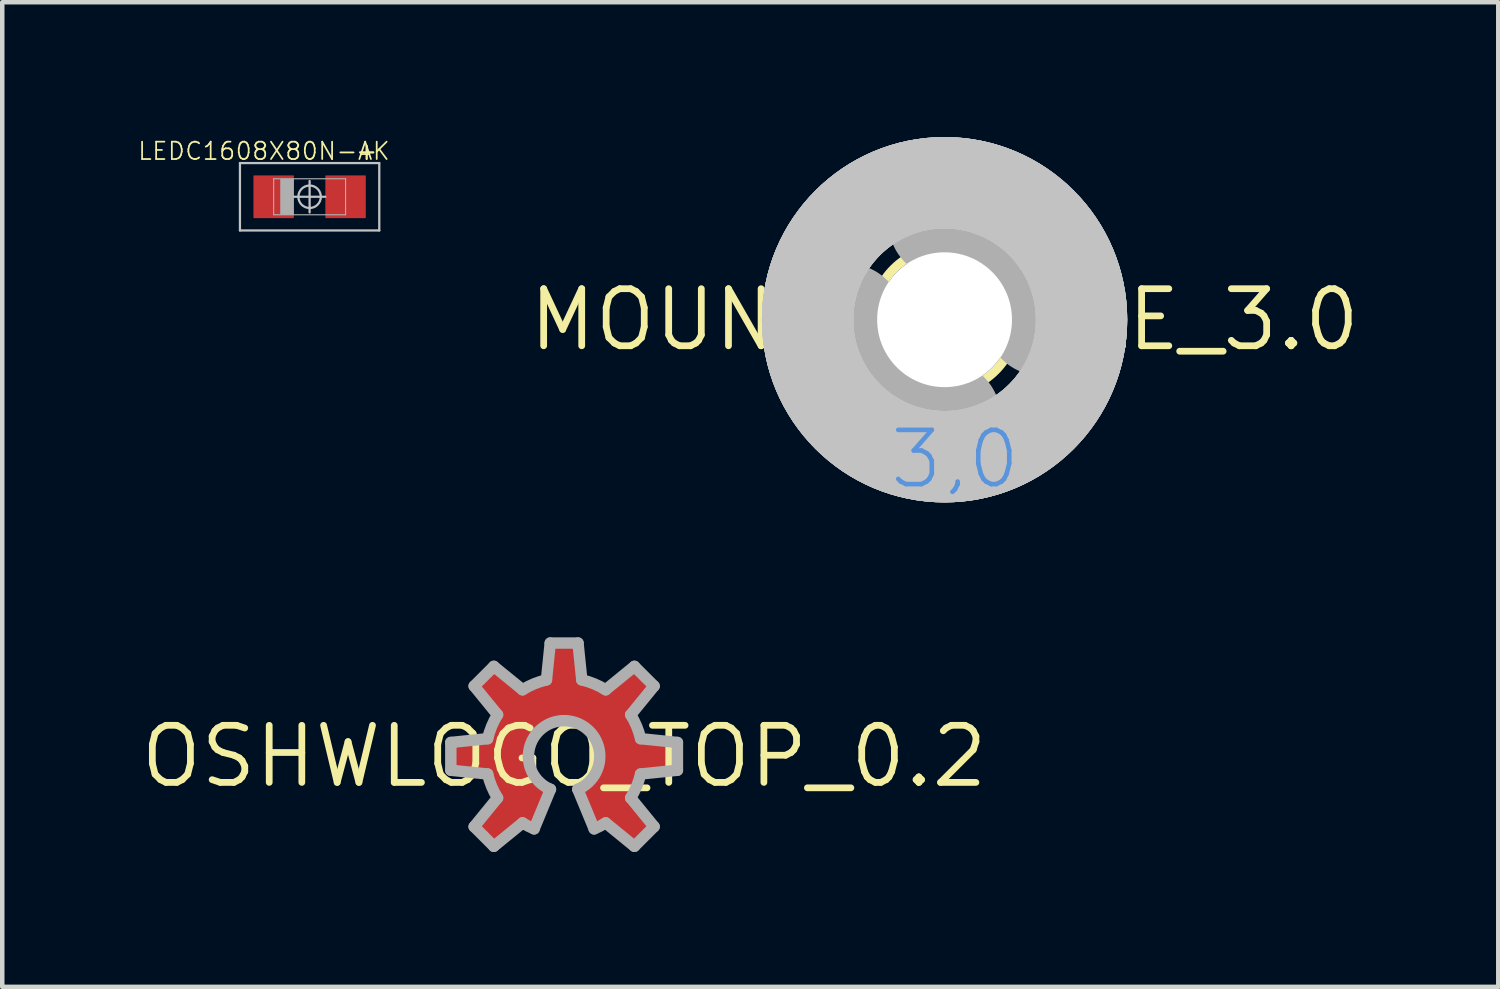
<source format=kicad_pcb>
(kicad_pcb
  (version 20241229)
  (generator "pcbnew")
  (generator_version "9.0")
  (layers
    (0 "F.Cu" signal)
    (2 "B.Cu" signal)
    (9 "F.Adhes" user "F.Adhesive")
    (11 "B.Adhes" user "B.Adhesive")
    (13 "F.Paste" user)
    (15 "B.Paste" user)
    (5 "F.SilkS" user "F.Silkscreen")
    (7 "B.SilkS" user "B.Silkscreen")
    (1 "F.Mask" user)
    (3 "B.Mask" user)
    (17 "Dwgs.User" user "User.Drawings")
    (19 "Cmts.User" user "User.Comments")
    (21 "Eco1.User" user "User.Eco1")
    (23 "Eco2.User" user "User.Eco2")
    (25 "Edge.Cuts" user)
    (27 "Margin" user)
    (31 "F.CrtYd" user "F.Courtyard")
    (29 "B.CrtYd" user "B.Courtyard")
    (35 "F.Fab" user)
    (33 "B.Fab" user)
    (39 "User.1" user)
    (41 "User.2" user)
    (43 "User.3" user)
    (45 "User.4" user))
  (footprint "OSHWLOGO_TOP_0.2"
    (layer "F.Cu")
    (at 9.502 13.779)
    (property "Reference" "OSHWLOGO_TOP_0.2" (at 0 0 0) (layer "F.SilkS") (effects (font (size 1.27 1.27) (thickness 0.15))))
    (attr through_hole)
    (fp_poly (pts (xy 0.668 1.613) (xy 0.925 1.481) (xy 1.564 2.002) (xy 2.002 1.564) (xy 1.481 0.925) (xy 1.702 0.393) (xy 2.521 0.309) (xy 2.521 -0.309) (xy 1.702 -0.393) (xy 1.481 -0.925) (xy 2.002 -1.564) (xy 1.564 -2.002) (xy 0.925 -1.481) (xy 0.393 -1.702) (xy 0.309 -2.521) (xy -0.309 -2.521) (xy -0.393 -1.702) (xy -0.925 -1.481) (xy -1.564 -2.002) (xy -2.002 -1.564) (xy -1.481 -0.925) (xy -1.613 -0.668) (xy -1.702 -0.393) (xy -2.521 -0.309) (xy -2.521 0.309) (xy -1.702 0.393) (xy -1.613 0.668) (xy -1.481 0.925) (xy -2.002 1.564) (xy -1.564 2.002) (xy -0.925 1.481) (xy -0.8 1.552) (xy -0.668 1.613) (xy -0.304 0.733) (xy -0.304 0.733) (xy -0.504 0.614) (xy -0.66 0.441) (xy -0.76 0.23) (xy -0.794 0) (xy -0.794 -0.000002) (xy -0.771 -0.189) (xy -0.704 -0.366) (xy -0.597 -0.523) (xy -0.455 -0.65) (xy -0.288 -0.74) (xy -0.104 -0.787) (xy 0.086 -0.789) (xy 0.271 -0.746) (xy 0.441 -0.66) (xy 0.585 -0.536) (xy 0.696 -0.382) (xy 0.767 -0.205) (xy 0.794 -0.017) (xy 0.775 0.172) (xy 0.712 0.351) (xy 0.608 0.51) (xy 0.304 0.733)) (stroke (width 0) (type solid)) (fill yes) (layer "F.Cu"))
    (fp_line (start -2.521 -0.309) (end -2.521 0.309) (stroke (width 0.254) (type solid)) (layer "F.Fab"))
    (fp_line (start -2.521 0.309) (end -1.702 0.393) (stroke (width 0.254) (type solid)) (layer "F.Fab"))
    (fp_line (start -2.002 -1.564) (end -1.481 -0.925) (stroke (width 0.254) (type solid)) (layer "F.Fab"))
    (fp_line (start -2.002 1.564) (end -1.564 2.002) (stroke (width 0.254) (type solid)) (layer "F.Fab"))
    (fp_line (start -1.702 -0.393) (end -2.521 -0.309) (stroke (width 0.254) (type solid)) (layer "F.Fab"))
    (fp_line (start -1.564 -2.002) (end -2.002 -1.564) (stroke (width 0.254) (type solid)) (layer "F.Fab"))
    (fp_line (start -1.564 2.002) (end -0.925 1.481) (stroke (width 0.254) (type solid)) (layer "F.Fab"))
    (fp_line (start -1.481 0.925) (end -2.002 1.564) (stroke (width 0.254) (type solid)) (layer "F.Fab"))
    (fp_line (start -0.925 -1.481) (end -1.564 -2.002) (stroke (width 0.254) (type solid)) (layer "F.Fab"))
    (fp_line (start -0.668 1.613) (end -0.304 0.733) (stroke (width 0.254) (type solid)) (layer "F.Fab"))
    (fp_line (start -0.309 -2.521) (end -0.393 -1.702) (stroke (width 0.254) (type solid)) (layer "F.Fab"))
    (fp_line (start 0.304 0.733) (end 0.668 1.613) (stroke (width 0.254) (type solid)) (layer "F.Fab"))
    (fp_line (start 0.309 -2.521) (end -0.309 -2.521) (stroke (width 0.254) (type solid)) (layer "F.Fab"))
    (fp_line (start 0.393 -1.702) (end 0.309 -2.521) (stroke (width 0.254) (type solid)) (layer "F.Fab"))
    (fp_line (start 0.925 1.481) (end 1.564 2.002) (stroke (width 0.254) (type solid)) (layer "F.Fab"))
    (fp_line (start 1.481 -0.925) (end 2.002 -1.564) (stroke (width 0.254) (type solid)) (layer "F.Fab"))
    (fp_line (start 1.564 -2.002) (end 0.925 -1.481) (stroke (width 0.254) (type solid)) (layer "F.Fab"))
    (fp_line (start 1.564 2.002) (end 2.002 1.564) (stroke (width 0.254) (type solid)) (layer "F.Fab"))
    (fp_line (start 1.702 0.393) (end 2.521 0.309) (stroke (width 0.254) (type solid)) (layer "F.Fab"))
    (fp_line (start 2.002 -1.564) (end 1.564 -2.002) (stroke (width 0.254) (type solid)) (layer "F.Fab"))
    (fp_line (start 2.002 1.564) (end 1.481 0.925) (stroke (width 0.254) (type solid)) (layer "F.Fab"))
    (fp_line (start 2.521 -0.309) (end 1.702 -0.393) (stroke (width 0.254) (type solid)) (layer "F.Fab"))
    (fp_line (start 2.521 0.309) (end 2.521 -0.309) (stroke (width 0.254) (type solid)) (layer "F.Fab"))
    (fp_arc (start -1.7015 -0.3928) (mid -1.61333 -0.668266) (end -1.4809 -0.9254) (stroke (width 0.254) (type solid)) (layer "F.Fab"))
    (fp_arc (start -1.4809 0.9254) (mid -1.61333 0.668266) (end -1.7015 0.3928) (stroke (width 0.254) (type solid)) (layer "F.Fab"))
    (fp_arc (start -0.9254 -1.4809) (mid -0.668266 -1.61333) (end -0.3928 -1.7015) (stroke (width 0.254) (type solid)) (layer "F.Fab"))
    (fp_arc (start -0.7938 0) (mid 0.440947 -0.659884) (end 0.303801 0.733399) (stroke (width 0.254) (type solid)) (layer "F.Fab"))
    (fp_arc (start -0.6683 1.6134) (mid -0.799598 1.552482) (end -0.9254 1.4809) (stroke (width 0.254) (type solid)) (layer "F.Fab"))
    (fp_arc (start -0.3038 0.7334) (mid -0.660055 0.441031) (end -0.7938 -0.000002) (stroke (width 0.254) (type solid)) (layer "F.Fab"))
    (fp_arc (start 0.3928 -1.7015) (mid 0.668266 -1.61333) (end 0.9254 -1.4809) (stroke (width 0.254) (type solid)) (layer "F.Fab"))
    (fp_arc (start 0.9254 1.4809) (mid 0.799598 1.552482) (end 0.6683 1.6134) (stroke (width 0.254) (type solid)) (layer "F.Fab"))
    (fp_arc (start 1.4809 -0.9254) (mid 1.61333 -0.668266) (end 1.7015 -0.3928) (stroke (width 0.254) (type solid)) (layer "F.Fab"))
    (fp_arc (start 1.7015 0.3928) (mid 1.61333 0.668266) (end 1.4809 0.9254) (stroke (width 0.254) (type solid)) (layer "F.Fab")))
  (footprint "LEDC1608X80N-AK"
    (layer "F.Cu")
    (at 3.839 1.328)
    (property "Reference" "LEDC1608X80N-AK" (at -1.016 -1.016 180) (layer "F.SilkS") (effects (font (size 0.386 0.386) (thickness 0.039))))
    (attr smd)
    (fp_line (start -1.55 -0.75) (end -1.55 0.75) (stroke (width 0.05) (type solid)) (layer "Dwgs.User"))
    (fp_line (start -1.55 0.75) (end 1.55 0.75) (stroke (width 0.05) (type solid)) (layer "Dwgs.User"))
    (fp_line (start -0.35 0) (end 0.35 0) (stroke (width 0.05) (type solid)) (layer "Dwgs.User"))
    (fp_line (start 0 0.35) (end 0 -0.35) (stroke (width 0.05) (type solid)) (layer "Dwgs.User"))
    (fp_line (start 1.55 -0.75) (end -1.55 -0.75) (stroke (width 0.05) (type solid)) (layer "Dwgs.User"))
    (fp_line (start 1.55 0.75) (end 1.55 -0.75) (stroke (width 0.05) (type solid)) (layer "Dwgs.User"))
    (fp_circle (center 0 0) (end 0.25 0) (stroke (width 0.05) (type solid)) (fill no) (layer "Dwgs.User"))
    (fp_line (start -0.8 -0.4) (end -0.8 0.4) (stroke (width 0.025) (type solid)) (layer "F.Fab"))
    (fp_line (start -0.8 0.4) (end 0.8 0.4) (stroke (width 0.025) (type solid)) (layer "F.Fab"))
    (fp_line (start -0.645 -0.395) (end -0.645 0.395) (stroke (width 0.01) (type solid)) (layer "F.Fab"))
    (fp_line (start -0.645 0.395) (end -0.355 0.395) (stroke (width 0.01) (type solid)) (layer "F.Fab"))
    (fp_line (start -0.64 -0.39) (end -0.64 0.39) (stroke (width 0.01) (type solid)) (layer "F.Fab"))
    (fp_line (start -0.64 0.39) (end -0.36 0.39) (stroke (width 0.01) (type solid)) (layer "F.Fab"))
    (fp_line (start -0.63 -0.38) (end -0.63 0.38) (stroke (width 0.025) (type solid)) (layer "F.Fab"))
    (fp_line (start -0.63 0.38) (end -0.37 0.38) (stroke (width 0.025) (type solid)) (layer "F.Fab"))
    (fp_line (start -0.618 -0.368) (end -0.618 0.367) (stroke (width 0.025) (type solid)) (layer "F.Fab"))
    (fp_line (start -0.618 0.367) (end -0.383 0.367) (stroke (width 0.025) (type solid)) (layer "F.Fab"))
    (fp_line (start -0.605 -0.355) (end -0.605 0.355) (stroke (width 0.05) (type solid)) (layer "F.Fab"))
    (fp_line (start -0.605 0.355) (end -0.395 0.355) (stroke (width 0.05) (type solid)) (layer "F.Fab"))
    (fp_line (start -0.58 -0.33) (end -0.58 0.33) (stroke (width 0.1) (type solid)) (layer "F.Fab"))
    (fp_line (start -0.58 0.33) (end -0.42 0.33) (stroke (width 0.1) (type solid)) (layer "F.Fab"))
    (fp_line (start -0.53 -0.28) (end -0.53 0.28) (stroke (width 0.2) (type solid)) (layer "F.Fab"))
    (fp_line (start -0.53 0.28) (end -0.47 0.28) (stroke (width 0.2) (type solid)) (layer "F.Fab"))
    (fp_line (start -0.47 -0.28) (end -0.53 -0.28) (stroke (width 0.2) (type solid)) (layer "F.Fab"))
    (fp_line (start -0.47 0.28) (end -0.47 -0.28) (stroke (width 0.2) (type solid)) (layer "F.Fab"))
    (fp_line (start -0.42 -0.33) (end -0.58 -0.33) (stroke (width 0.1) (type solid)) (layer "F.Fab"))
    (fp_line (start -0.42 0.33) (end -0.42 -0.33) (stroke (width 0.1) (type solid)) (layer "F.Fab"))
    (fp_line (start -0.395 -0.355) (end -0.605 -0.355) (stroke (width 0.05) (type solid)) (layer "F.Fab"))
    (fp_line (start -0.395 0.355) (end -0.395 -0.355) (stroke (width 0.05) (type solid)) (layer "F.Fab"))
    (fp_line (start -0.383 -0.368) (end -0.618 -0.368) (stroke (width 0.025) (type solid)) (layer "F.Fab"))
    (fp_line (start -0.383 0.367) (end -0.383 -0.368) (stroke (width 0.025) (type solid)) (layer "F.Fab"))
    (fp_line (start -0.37 -0.38) (end -0.63 -0.38) (stroke (width 0.025) (type solid)) (layer "F.Fab"))
    (fp_line (start -0.37 0.38) (end -0.37 -0.38) (stroke (width 0.025) (type solid)) (layer "F.Fab"))
    (fp_line (start -0.36 -0.39) (end -0.64 -0.39) (stroke (width 0.01) (type solid)) (layer "F.Fab"))
    (fp_line (start -0.36 0.39) (end -0.36 -0.39) (stroke (width 0.01) (type solid)) (layer "F.Fab"))
    (fp_line (start -0.355 -0.395) (end -0.645 -0.395) (stroke (width 0.01) (type solid)) (layer "F.Fab"))
    (fp_line (start -0.355 0.395) (end -0.355 -0.395) (stroke (width 0.01) (type solid)) (layer "F.Fab"))
    (fp_line (start 0.8 -0.4) (end -0.8 -0.4) (stroke (width 0.025) (type solid)) (layer "F.Fab"))
    (fp_line (start 0.8 0.4) (end 0.8 -0.4) (stroke (width 0.025) (type solid)) (layer "F.Fab"))
    (fp_text user "+" (at 1.27 -1.016 0) (layer "F.SilkS") (effects (font (size 0.381 0.381) (thickness 0.051))))
    (pad "A" smd roundrect (at 0.8 0) (size 0.9 0.95) (layers "F.Cu" "F.Mask" "F.Paste") (roundrect_rratio 0.015))
    (pad "C" smd roundrect (at -0.8 0) (size 0.9 0.95) (layers "F.Cu" "F.Mask" "F.Paste") (roundrect_rratio 0.015)))
  (footprint "MOUNTINGHOLE_3.0"
    (layer "F.Cu")
    (at 17.967 4.064)
    (property "Reference" "MOUNTINGHOLE_3.0" (at 0 0 0) (layer "F.SilkS") (effects (font (size 1.27 1.27) (thickness 0.15))))
    (attr through_hole)
    (fp_circle (center 0 0) (end 1.6 0) (stroke (width 0.203) (type solid)) (fill no) (layer "F.SilkS"))
    (fp_circle (center 0 0) (end 3.429 0) (stroke (width 0.203) (type solid)) (fill no) (layer "F.SilkS"))
    (fp_circle (center 0 0) (end 3.048 0) (stroke (width 2.032) (type solid)) (fill no) (layer "Dwgs.User"))
    (fp_circle (center 0 0) (end 3.048 0) (stroke (width 2.032) (type solid)) (fill no) (layer "Dwgs.User"))
    (fp_circle (center 0 0) (end 3.048 0) (stroke (width 2.032) (type solid)) (fill no) (layer "Dwgs.User"))
    (fp_circle (center 0 0) (end 3.048 0) (stroke (width 2.032) (type solid)) (fill no) (layer "Dwgs.User"))
    (fp_circle (center 0 0) (end 3.048 0) (stroke (width 2.032) (type solid)) (fill no) (layer "Dwgs.User"))
    (fp_arc (start 0 -2.159) (mid 1.526644 -1.526644) (end 2.159 0) (stroke (width 2.4892) (type solid)) (layer "F.Fab"))
    (fp_arc (start 0 2.159) (mid -1.526644 1.526644) (end -2.159 0) (stroke (width 2.4892) (type solid)) (layer "F.Fab"))
    (fp_circle (center 0 0) (end 0.762 0) (stroke (width 0.457) (type solid)) (fill no) (layer "F.Fab"))
    (fp_text user "3,0" (at -1.27 3.81 0) (layer "Cmts.User") (effects (font (size 1.206 1.206) (thickness 0.102)) (justify left bottom)))
    (pad "" np_thru_hole circle (at 0 0) (size 3 3) (drill 3) (layers "*.Cu" "*.Mask")))
  (gr_rect
    (start -3 -3)
    (end 30.287 18.908)
    (stroke (width 0.1) (type default))
    (fill no)
    (layer "Edge.Cuts")))
</source>
